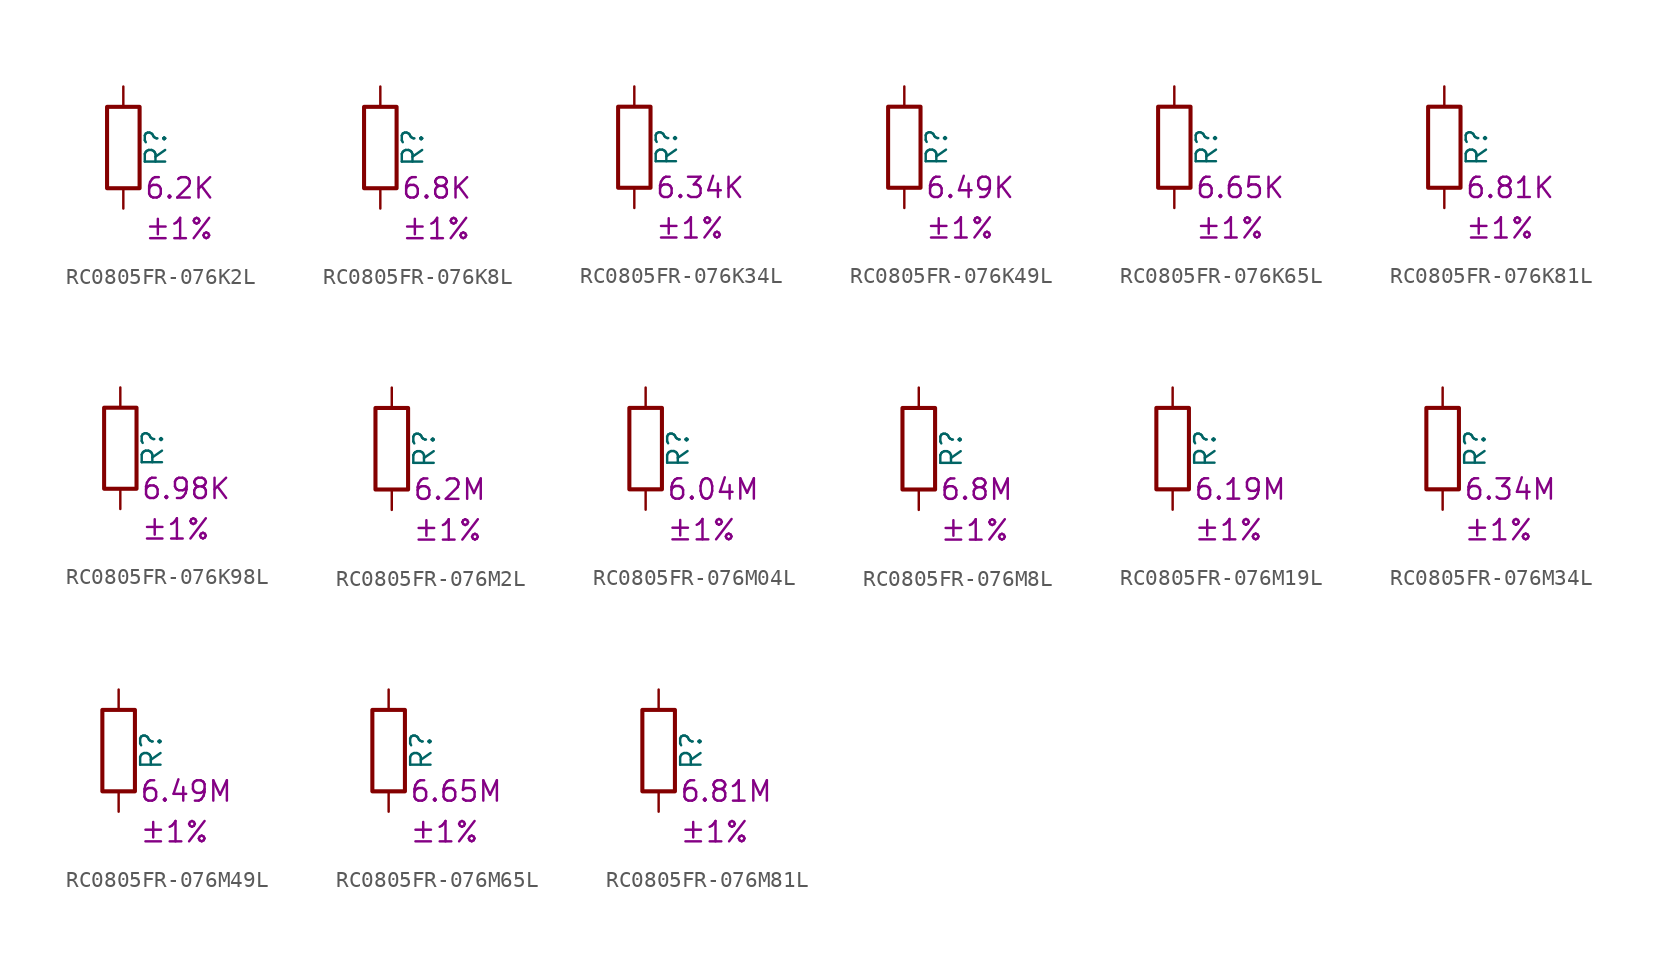
<source format=kicad_sym>
(kicad_symbol_lib
  (version 20220914)
  (generator kicad_symbol_editor)
  (symbol "RC0805FR-076K2L"
    (pin_numbers hide)
    (pin_names
      (offset 0))
    (property "Reference" "R"
      (at 2.032 0 90)
      (effects (font (size 1.27 1.27))))
    (property "Resistance" "6.2K"
      (at 1.27 -2.54 0)
      (effects (font (size 1.27 1.27)) (justify left)))
    (property "Tolerance" "±1%"
      (at 1.27 -5.08 0)
      (effects (font (size 1.27 1.27)) (justify left)))
    (symbol "RC0805FR-076K2L_0_1"
      (rectangle (start -1.016 -2.54) (end 1.016 2.54) (stroke (width 0.254) (type default)) (fill (type none))))
    (symbol "RC0805FR-076K2L_1_1"
      (pin passive line (at 0 3.81 270) (length 1.27) (name "~" (effects (font (size 1.27 1.27)))) (number "1" (effects (font (size 1.27 1.27)))))
      (pin passive line (at 0 -3.81 90) (length 1.27) (name "~" (effects (font (size 1.27 1.27)))) (number "2" (effects (font (size 1.27 1.27)))))))
  (symbol "RC0805FR-076K8L"
    (pin_numbers hide)
    (pin_names
      (offset 0))
    (property "Reference" "R"
      (at 2.032 0 90)
      (effects (font (size 1.27 1.27))))
    (property "Resistance" "6.8K"
      (at 1.27 -2.54 0)
      (effects (font (size 1.27 1.27)) (justify left)))
    (property "Tolerance" "±1%"
      (at 1.27 -5.08 0)
      (effects (font (size 1.27 1.27)) (justify left)))
    (symbol "RC0805FR-076K8L_0_1"
      (rectangle (start -1.016 -2.54) (end 1.016 2.54) (stroke (width 0.254) (type default)) (fill (type none))))
    (symbol "RC0805FR-076K8L_1_1"
      (pin passive line (at 0 3.81 270) (length 1.27) (name "~" (effects (font (size 1.27 1.27)))) (number "1" (effects (font (size 1.27 1.27)))))
      (pin passive line (at 0 -3.81 90) (length 1.27) (name "~" (effects (font (size 1.27 1.27)))) (number "2" (effects (font (size 1.27 1.27)))))))
  (symbol "RC0805FR-076K34L"
    (pin_numbers hide)
    (pin_names
      (offset 0))
    (property "Reference" "R"
      (at 2.032 0 90)
      (effects (font (size 1.27 1.27))))
    (property "Resistance" "6.34K"
      (at 1.27 -2.54 0)
      (effects (font (size 1.27 1.27)) (justify left)))
    (property "Tolerance" "±1%"
      (at 1.27 -5.08 0)
      (effects (font (size 1.27 1.27)) (justify left)))
    (symbol "RC0805FR-076K34L_0_1"
      (rectangle (start -1.016 -2.54) (end 1.016 2.54) (stroke (width 0.254) (type default)) (fill (type none))))
    (symbol "RC0805FR-076K34L_1_1"
      (pin passive line (at 0 3.81 270) (length 1.27) (name "~" (effects (font (size 1.27 1.27)))) (number "1" (effects (font (size 1.27 1.27)))))
      (pin passive line (at 0 -3.81 90) (length 1.27) (name "~" (effects (font (size 1.27 1.27)))) (number "2" (effects (font (size 1.27 1.27)))))))
  (symbol "RC0805FR-076K49L"
    (pin_numbers hide)
    (pin_names
      (offset 0))
    (property "Reference" "R"
      (at 2.032 0 90)
      (effects (font (size 1.27 1.27))))
    (property "Resistance" "6.49K"
      (at 1.27 -2.54 0)
      (effects (font (size 1.27 1.27)) (justify left)))
    (property "Tolerance" "±1%"
      (at 1.27 -5.08 0)
      (effects (font (size 1.27 1.27)) (justify left)))
    (symbol "RC0805FR-076K49L_0_1"
      (rectangle (start -1.016 -2.54) (end 1.016 2.54) (stroke (width 0.254) (type default)) (fill (type none))))
    (symbol "RC0805FR-076K49L_1_1"
      (pin passive line (at 0 3.81 270) (length 1.27) (name "~" (effects (font (size 1.27 1.27)))) (number "1" (effects (font (size 1.27 1.27)))))
      (pin passive line (at 0 -3.81 90) (length 1.27) (name "~" (effects (font (size 1.27 1.27)))) (number "2" (effects (font (size 1.27 1.27)))))))
  (symbol "RC0805FR-076K65L"
    (pin_numbers hide)
    (pin_names
      (offset 0))
    (property "Reference" "R"
      (at 2.032 0 90)
      (effects (font (size 1.27 1.27))))
    (property "Resistance" "6.65K"
      (at 1.27 -2.54 0)
      (effects (font (size 1.27 1.27)) (justify left)))
    (property "Tolerance" "±1%"
      (at 1.27 -5.08 0)
      (effects (font (size 1.27 1.27)) (justify left)))
    (symbol "RC0805FR-076K65L_0_1"
      (rectangle (start -1.016 -2.54) (end 1.016 2.54) (stroke (width 0.254) (type default)) (fill (type none))))
    (symbol "RC0805FR-076K65L_1_1"
      (pin passive line (at 0 3.81 270) (length 1.27) (name "~" (effects (font (size 1.27 1.27)))) (number "1" (effects (font (size 1.27 1.27)))))
      (pin passive line (at 0 -3.81 90) (length 1.27) (name "~" (effects (font (size 1.27 1.27)))) (number "2" (effects (font (size 1.27 1.27)))))))
  (symbol "RC0805FR-076K81L"
    (pin_numbers hide)
    (pin_names
      (offset 0))
    (property "Reference" "R"
      (at 2.032 0 90)
      (effects (font (size 1.27 1.27))))
    (property "Resistance" "6.81K"
      (at 1.27 -2.54 0)
      (effects (font (size 1.27 1.27)) (justify left)))
    (property "Tolerance" "±1%"
      (at 1.27 -5.08 0)
      (effects (font (size 1.27 1.27)) (justify left)))
    (symbol "RC0805FR-076K81L_0_1"
      (rectangle (start -1.016 -2.54) (end 1.016 2.54) (stroke (width 0.254) (type default)) (fill (type none))))
    (symbol "RC0805FR-076K81L_1_1"
      (pin passive line (at 0 3.81 270) (length 1.27) (name "~" (effects (font (size 1.27 1.27)))) (number "1" (effects (font (size 1.27 1.27)))))
      (pin passive line (at 0 -3.81 90) (length 1.27) (name "~" (effects (font (size 1.27 1.27)))) (number "2" (effects (font (size 1.27 1.27)))))))
  (symbol "RC0805FR-076K98L"
    (pin_numbers hide)
    (pin_names
      (offset 0))
    (property "Reference" "R"
      (at 2.032 0 90)
      (effects (font (size 1.27 1.27))))
    (property "Resistance" "6.98K"
      (at 1.27 -2.54 0)
      (effects (font (size 1.27 1.27)) (justify left)))
    (property "Tolerance" "±1%"
      (at 1.27 -5.08 0)
      (effects (font (size 1.27 1.27)) (justify left)))
    (symbol "RC0805FR-076K98L_0_1"
      (rectangle (start -1.016 -2.54) (end 1.016 2.54) (stroke (width 0.254) (type default)) (fill (type none))))
    (symbol "RC0805FR-076K98L_1_1"
      (pin passive line (at 0 3.81 270) (length 1.27) (name "~" (effects (font (size 1.27 1.27)))) (number "1" (effects (font (size 1.27 1.27)))))
      (pin passive line (at 0 -3.81 90) (length 1.27) (name "~" (effects (font (size 1.27 1.27)))) (number "2" (effects (font (size 1.27 1.27)))))))
  (symbol "RC0805FR-076M2L"
    (pin_numbers hide)
    (pin_names
      (offset 0))
    (property "Reference" "R"
      (at 2.032 0 90)
      (effects (font (size 1.27 1.27))))
    (property "Resistance" "6.2M"
      (at 1.27 -2.54 0)
      (effects (font (size 1.27 1.27)) (justify left)))
    (property "Tolerance" "±1%"
      (at 1.27 -5.08 0)
      (effects (font (size 1.27 1.27)) (justify left)))
    (symbol "RC0805FR-076M2L_0_1"
      (rectangle (start -1.016 -2.54) (end 1.016 2.54) (stroke (width 0.254) (type default)) (fill (type none))))
    (symbol "RC0805FR-076M2L_1_1"
      (pin passive line (at 0 3.81 270) (length 1.27) (name "~" (effects (font (size 1.27 1.27)))) (number "1" (effects (font (size 1.27 1.27)))))
      (pin passive line (at 0 -3.81 90) (length 1.27) (name "~" (effects (font (size 1.27 1.27)))) (number "2" (effects (font (size 1.27 1.27)))))))
  (symbol "RC0805FR-076M04L"
    (pin_numbers hide)
    (pin_names
      (offset 0))
    (property "Reference" "R"
      (at 2.032 0 90)
      (effects (font (size 1.27 1.27))))
    (property "Resistance" "6.04M"
      (at 1.27 -2.54 0)
      (effects (font (size 1.27 1.27)) (justify left)))
    (property "Tolerance" "±1%"
      (at 1.27 -5.08 0)
      (effects (font (size 1.27 1.27)) (justify left)))
    (symbol "RC0805FR-076M04L_0_1"
      (rectangle (start -1.016 -2.54) (end 1.016 2.54) (stroke (width 0.254) (type default)) (fill (type none))))
    (symbol "RC0805FR-076M04L_1_1"
      (pin passive line (at 0 3.81 270) (length 1.27) (name "~" (effects (font (size 1.27 1.27)))) (number "1" (effects (font (size 1.27 1.27)))))
      (pin passive line (at 0 -3.81 90) (length 1.27) (name "~" (effects (font (size 1.27 1.27)))) (number "2" (effects (font (size 1.27 1.27)))))))
  (symbol "RC0805FR-076M8L"
    (pin_numbers hide)
    (pin_names
      (offset 0))
    (property "Reference" "R"
      (at 2.032 0 90)
      (effects (font (size 1.27 1.27))))
    (property "Resistance" "6.8M"
      (at 1.27 -2.54 0)
      (effects (font (size 1.27 1.27)) (justify left)))
    (property "Tolerance" "±1%"
      (at 1.27 -5.08 0)
      (effects (font (size 1.27 1.27)) (justify left)))
    (symbol "RC0805FR-076M8L_0_1"
      (rectangle (start -1.016 -2.54) (end 1.016 2.54) (stroke (width 0.254) (type default)) (fill (type none))))
    (symbol "RC0805FR-076M8L_1_1"
      (pin passive line (at 0 3.81 270) (length 1.27) (name "~" (effects (font (size 1.27 1.27)))) (number "1" (effects (font (size 1.27 1.27)))))
      (pin passive line (at 0 -3.81 90) (length 1.27) (name "~" (effects (font (size 1.27 1.27)))) (number "2" (effects (font (size 1.27 1.27)))))))
  (symbol "RC0805FR-076M19L"
    (pin_numbers hide)
    (pin_names
      (offset 0))
    (property "Reference" "R"
      (at 2.032 0 90)
      (effects (font (size 1.27 1.27))))
    (property "Resistance" "6.19M"
      (at 1.27 -2.54 0)
      (effects (font (size 1.27 1.27)) (justify left)))
    (property "Tolerance" "±1%"
      (at 1.27 -5.08 0)
      (effects (font (size 1.27 1.27)) (justify left)))
    (symbol "RC0805FR-076M19L_0_1"
      (rectangle (start -1.016 -2.54) (end 1.016 2.54) (stroke (width 0.254) (type default)) (fill (type none))))
    (symbol "RC0805FR-076M19L_1_1"
      (pin passive line (at 0 3.81 270) (length 1.27) (name "~" (effects (font (size 1.27 1.27)))) (number "1" (effects (font (size 1.27 1.27)))))
      (pin passive line (at 0 -3.81 90) (length 1.27) (name "~" (effects (font (size 1.27 1.27)))) (number "2" (effects (font (size 1.27 1.27)))))))
  (symbol "RC0805FR-076M34L"
    (pin_numbers hide)
    (pin_names
      (offset 0))
    (property "Reference" "R"
      (at 2.032 0 90)
      (effects (font (size 1.27 1.27))))
    (property "Resistance" "6.34M"
      (at 1.27 -2.54 0)
      (effects (font (size 1.27 1.27)) (justify left)))
    (property "Tolerance" "±1%"
      (at 1.27 -5.08 0)
      (effects (font (size 1.27 1.27)) (justify left)))
    (symbol "RC0805FR-076M34L_0_1"
      (rectangle (start -1.016 -2.54) (end 1.016 2.54) (stroke (width 0.254) (type default)) (fill (type none))))
    (symbol "RC0805FR-076M34L_1_1"
      (pin passive line (at 0 3.81 270) (length 1.27) (name "~" (effects (font (size 1.27 1.27)))) (number "1" (effects (font (size 1.27 1.27)))))
      (pin passive line (at 0 -3.81 90) (length 1.27) (name "~" (effects (font (size 1.27 1.27)))) (number "2" (effects (font (size 1.27 1.27)))))))
  (symbol "RC0805FR-076M49L"
    (pin_numbers hide)
    (pin_names
      (offset 0))
    (property "Reference" "R"
      (at 2.032 0 90)
      (effects (font (size 1.27 1.27))))
    (property "Resistance" "6.49M"
      (at 1.27 -2.54 0)
      (effects (font (size 1.27 1.27)) (justify left)))
    (property "Tolerance" "±1%"
      (at 1.27 -5.08 0)
      (effects (font (size 1.27 1.27)) (justify left)))
    (symbol "RC0805FR-076M49L_0_1"
      (rectangle (start -1.016 -2.54) (end 1.016 2.54) (stroke (width 0.254) (type default)) (fill (type none))))
    (symbol "RC0805FR-076M49L_1_1"
      (pin passive line (at 0 3.81 270) (length 1.27) (name "~" (effects (font (size 1.27 1.27)))) (number "1" (effects (font (size 1.27 1.27)))))
      (pin passive line (at 0 -3.81 90) (length 1.27) (name "~" (effects (font (size 1.27 1.27)))) (number "2" (effects (font (size 1.27 1.27)))))))
  (symbol "RC0805FR-076M65L"
    (pin_numbers hide)
    (pin_names
      (offset 0))
    (property "Reference" "R"
      (at 2.032 0 90)
      (effects (font (size 1.27 1.27))))
    (property "Resistance" "6.65M"
      (at 1.27 -2.54 0)
      (effects (font (size 1.27 1.27)) (justify left)))
    (property "Tolerance" "±1%"
      (at 1.27 -5.08 0)
      (effects (font (size 1.27 1.27)) (justify left)))
    (symbol "RC0805FR-076M65L_0_1"
      (rectangle (start -1.016 -2.54) (end 1.016 2.54) (stroke (width 0.254) (type default)) (fill (type none))))
    (symbol "RC0805FR-076M65L_1_1"
      (pin passive line (at 0 3.81 270) (length 1.27) (name "~" (effects (font (size 1.27 1.27)))) (number "1" (effects (font (size 1.27 1.27)))))
      (pin passive line (at 0 -3.81 90) (length 1.27) (name "~" (effects (font (size 1.27 1.27)))) (number "2" (effects (font (size 1.27 1.27)))))))
  (symbol "RC0805FR-076M81L"
    (pin_numbers hide)
    (pin_names
      (offset 0))
    (property "Reference" "R"
      (at 2.032 0 90)
      (effects (font (size 1.27 1.27))))
    (property "Resistance" "6.81M"
      (at 1.27 -2.54 0)
      (effects (font (size 1.27 1.27)) (justify left)))
    (property "Tolerance" "±1%"
      (at 1.27 -5.08 0)
      (effects (font (size 1.27 1.27)) (justify left)))
    (symbol "RC0805FR-076M81L_0_1"
      (rectangle (start -1.016 -2.54) (end 1.016 2.54) (stroke (width 0.254) (type default)) (fill (type none))))
    (symbol "RC0805FR-076M81L_1_1"
      (pin passive line (at 0 3.81 270) (length 1.27) (name "~" (effects (font (size 1.27 1.27)))) (number "1" (effects (font (size 1.27 1.27)))))
      (pin passive line (at 0 -3.81 90) (length 1.27) (name "~" (effects (font (size 1.27 1.27)))) (number "2" (effects (font (size 1.27 1.27))))))))
</source>
